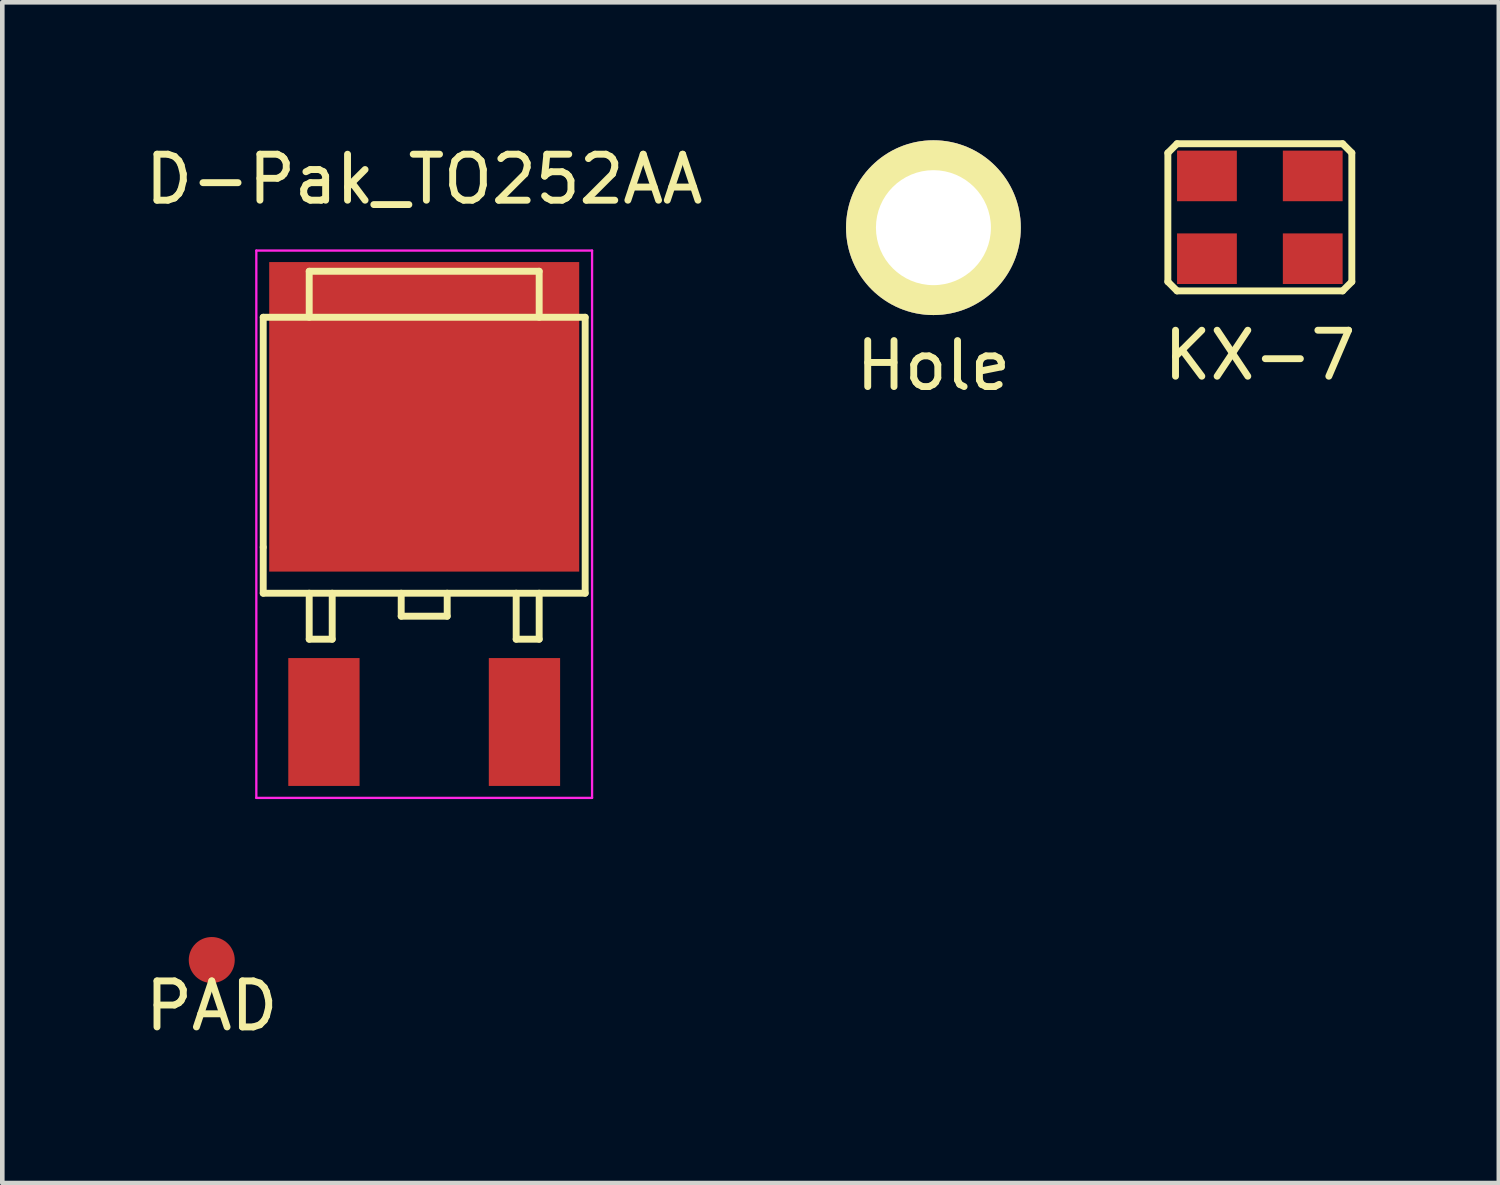
<source format=kicad_pcb>
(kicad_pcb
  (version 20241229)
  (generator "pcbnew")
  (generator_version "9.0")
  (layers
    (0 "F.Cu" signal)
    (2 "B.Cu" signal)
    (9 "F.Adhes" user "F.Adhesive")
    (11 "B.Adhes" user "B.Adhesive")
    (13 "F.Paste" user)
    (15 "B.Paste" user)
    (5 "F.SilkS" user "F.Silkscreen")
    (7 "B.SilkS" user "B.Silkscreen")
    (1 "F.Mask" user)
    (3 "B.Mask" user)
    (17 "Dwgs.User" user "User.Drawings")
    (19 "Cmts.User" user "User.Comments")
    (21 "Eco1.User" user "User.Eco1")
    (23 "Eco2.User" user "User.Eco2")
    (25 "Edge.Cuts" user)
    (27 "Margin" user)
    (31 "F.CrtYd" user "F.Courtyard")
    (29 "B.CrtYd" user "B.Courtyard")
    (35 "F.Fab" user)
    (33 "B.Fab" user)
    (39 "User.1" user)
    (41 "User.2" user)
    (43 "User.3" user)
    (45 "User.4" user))
  (footprint "Hole"
    (layer "F.Cu")
    (at 17.245 1.9)
    (property "Reference" "Hole" (at 0 3 0) (layer "F.SilkS") (effects (font (size 1 1) (thickness 0.15))))
    (attr through_hole)
    (pad "1" thru_hole circle (at 0 0) (size 3.8 3.8) (drill 2.5) (layers "*.Cu" "*.Mask" "F.SilkS")))
  (footprint "KX-7"
    (layer "F.Cu")
    (at 24.342 1.675)
    (property "Reference" "KX-7" (at 0 3 0) (layer "F.SilkS") (effects (font (size 1 1) (thickness 0.15))))
    (attr through_hole)
    (fp_line (start -2 -1.4) (end -1.8 -1.6) (stroke (width 0.15) (type solid)) (layer "F.SilkS"))
    (fp_line (start -2 1.4) (end -2 -1.4) (stroke (width 0.15) (type solid)) (layer "F.SilkS"))
    (fp_line (start -1.8 -1.6) (end 1.8 -1.6) (stroke (width 0.15) (type solid)) (layer "F.SilkS"))
    (fp_line (start -1.8 1.6) (end -2 1.4) (stroke (width 0.15) (type solid)) (layer "F.SilkS"))
    (fp_line (start 1.8 -1.6) (end 2 -1.4) (stroke (width 0.15) (type solid)) (layer "F.SilkS"))
    (fp_line (start 1.8 1.6) (end -1.8 1.6) (stroke (width 0.15) (type solid)) (layer "F.SilkS"))
    (fp_line (start 2 -1.4) (end 2 1.4) (stroke (width 0.15) (type solid)) (layer "F.SilkS"))
    (fp_line (start 2 1.4) (end 1.8 1.6) (stroke (width 0.15) (type solid)) (layer "F.SilkS"))
    (pad "1" smd rect (at -1.15 0.9) (size 1.3 1.1) (layers "F.Cu" "F.Mask" "F.Paste"))
    (pad "2" smd rect (at 1.15 0.9) (size 1.3 1.1) (layers "F.Cu" "F.Mask" "F.Paste"))
    (pad "3" smd rect (at 1.15 -0.9) (size 1.3 1.1) (layers "F.Cu" "F.Mask" "F.Paste"))
    (pad "4" smd rect (at -1.15 -0.9) (size 1.3 1.1) (layers "F.Cu" "F.Mask" "F.Paste")))
  (footprint "D-Pak_TO252AA"
    (layer "F.Cu")
    (at 6.173 8.348)
    (property "Reference" "D-Pak_TO252AA" (at 0 -7.5 0) (layer "F.SilkS") (effects (font (size 1 1) (thickness 0.15))))
    (attr smd)
    (fp_line (start -3.5 -4.5) (end -3.5 0.5) (stroke (width 0.15) (type solid)) (layer "F.SilkS"))
    (fp_line (start -3.5 0.5) (end -3.5 1.5) (stroke (width 0.15) (type solid)) (layer "F.SilkS"))
    (fp_line (start -3.5 1.5) (end 3.5 1.5) (stroke (width 0.15) (type solid)) (layer "F.SilkS"))
    (fp_line (start -2.5 -5.5) (end 2.5 -5.5) (stroke (width 0.15) (type solid)) (layer "F.SilkS"))
    (fp_line (start -2.5 -4.5) (end -2.5 -5.5) (stroke (width 0.15) (type solid)) (layer "F.SilkS"))
    (fp_line (start -2.5 1.5) (end -2.5 2.5) (stroke (width 0.15) (type solid)) (layer "F.SilkS"))
    (fp_line (start -2.5 2.5) (end -2 2.5) (stroke (width 0.15) (type solid)) (layer "F.SilkS"))
    (fp_line (start -2 2.5) (end -2 1.5) (stroke (width 0.15) (type solid)) (layer "F.SilkS"))
    (fp_line (start -0.5 1.5) (end -0.5 2) (stroke (width 0.15) (type solid)) (layer "F.SilkS"))
    (fp_line (start -0.5 2) (end 0.5 2) (stroke (width 0.15) (type solid)) (layer "F.SilkS"))
    (fp_line (start 0.5 2) (end 0.5 1.5) (stroke (width 0.15) (type solid)) (layer "F.SilkS"))
    (fp_line (start 2 1.5) (end 2 2.5) (stroke (width 0.15) (type solid)) (layer "F.SilkS"))
    (fp_line (start 2 2.5) (end 2.5 2.5) (stroke (width 0.15) (type solid)) (layer "F.SilkS"))
    (fp_line (start 2.5 -5.5) (end 2.5 -4.5) (stroke (width 0.15) (type solid)) (layer "F.SilkS"))
    (fp_line (start 2.5 2.5) (end 2.5 1.5) (stroke (width 0.15) (type solid)) (layer "F.SilkS"))
    (fp_line (start 3.5 -4.5) (end -3.5 -4.5) (stroke (width 0.15) (type solid)) (layer "F.SilkS"))
    (fp_line (start 3.5 1.5) (end 3.5 -4.5) (stroke (width 0.15) (type solid)) (layer "F.SilkS"))
    (fp_line (start -3.65 -5.95) (end 3.65 -5.95) (stroke (width 0.05) (type solid)) (layer "F.CrtYd"))
    (fp_line (start -3.65 5.95) (end -3.65 -5.95) (stroke (width 0.05) (type solid)) (layer "F.CrtYd"))
    (fp_line (start 3.65 -5.95) (end 3.65 5.95) (stroke (width 0.05) (type solid)) (layer "F.CrtYd"))
    (fp_line (start 3.65 5.95) (end -3.65 5.95) (stroke (width 0.05) (type solid)) (layer "F.CrtYd"))
    (pad "1" smd rect (at -2.18 4.3) (size 1.55 2.78) (layers "F.Cu" "F.Mask" "F.Paste"))
    (pad "2" smd rect (at 0 -2.335) (size 6.74 6.73) (layers "F.Cu" "F.Mask" "F.Paste"))
    (pad "3" smd rect (at 2.18 4.3) (size 1.55 2.78) (layers "F.Cu" "F.Mask" "F.Paste")))
  (footprint "PAD"
    (layer "F.Cu")
    (at 1.554 17.823)
    (property "Reference" "PAD" (at 0 1 0) (layer "F.SilkS") (effects (font (size 1 1) (thickness 0.15))))
    (attr through_hole)
    (pad "1" smd circle (at 0 0) (size 1 1) (layers "F.Cu" "F.Mask" "F.Paste")))
  (gr_rect
    (start -3 -3)
    (end 29.538 22.672)
    (stroke (width 0.1) (type default))
    (fill no)
    (layer "Edge.Cuts")))
</source>
